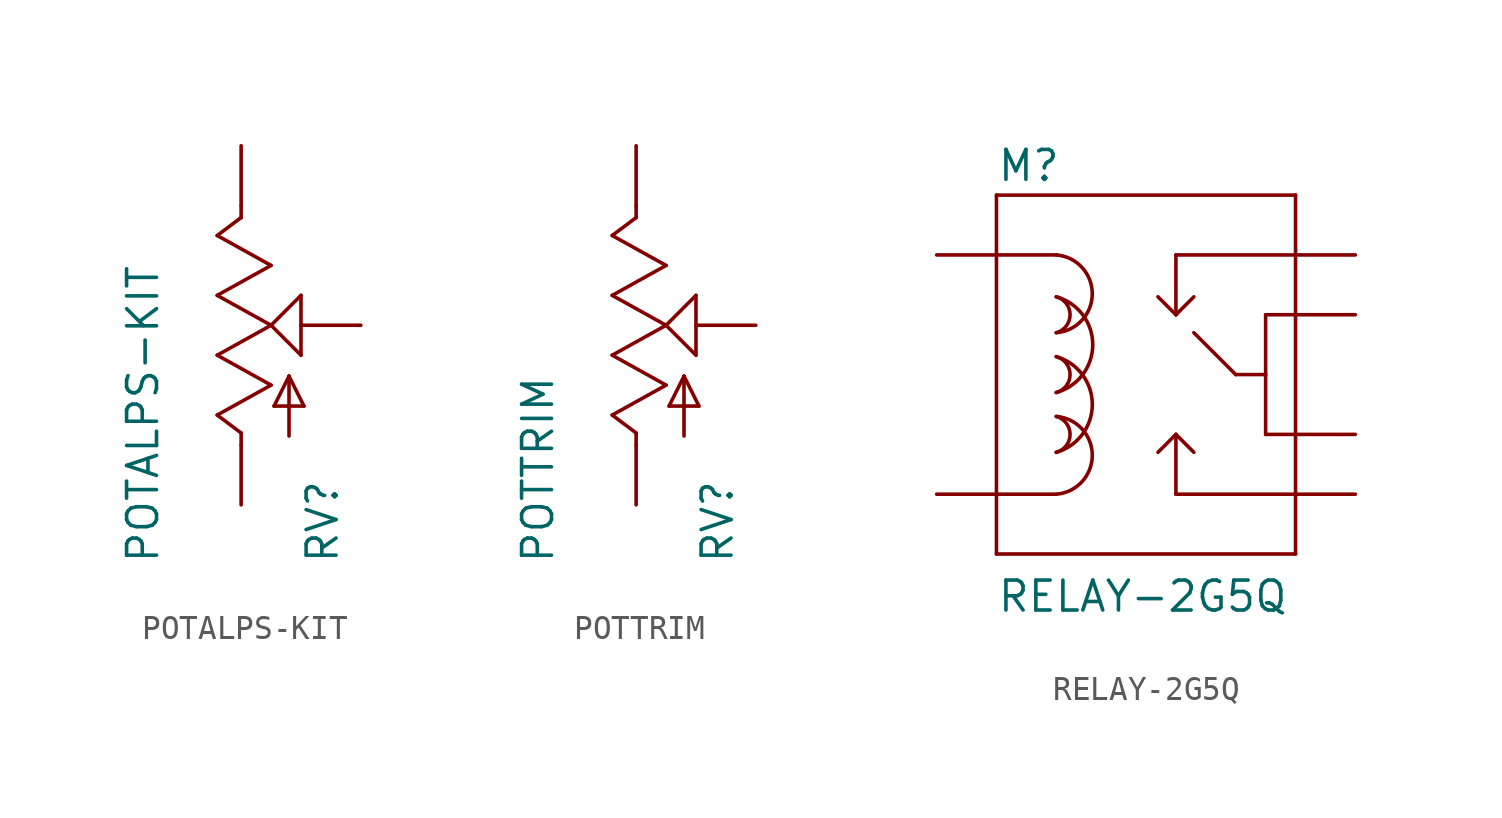
<source format=kicad_sym>
(kicad_symbol_lib
  (version 20211014)
  (generator kicad_symbol_editor)
  (symbol "POTALPS-KIT"
    (pin_numbers hide)
    (pin_names
      (offset 1.016) hide)
    (property "Reference" "RV"
      (at 4.191 -10.16 90)
      (effects (font (size 1.27 1.27)) (justify left bottom)))
    (property "Value" "POTALPS-KIT"
      (at -3.429 -10.16 90)
      (effects (font (size 1.27 1.27)) (justify left bottom)))
    (property "ki_locked" ""
      (at 0 0 0)
      (effects (font (size 1.27 1.27))))
    (symbol "POTALPS-KIT_1_0"
      (polyline (pts (xy -1.016 -3.81) (xy 1.27 -2.54)) (stroke (width 0) (type default) (color 0 0 0 0)) (fill (type none)))
      (polyline (pts (xy -1.016 -1.27) (xy 1.27 0)) (stroke (width 0) (type default) (color 0 0 0 0)) (fill (type none)))
      (polyline (pts (xy -1.016 1.27) (xy 1.27 2.54)) (stroke (width 0) (type default) (color 0 0 0 0)) (fill (type none)))
      (polyline (pts (xy -1.016 3.81) (xy 0 4.572)) (stroke (width 0) (type default) (color 0 0 0 0)) (fill (type none)))
      (polyline (pts (xy 0 -5.08) (xy 0 -4.572)) (stroke (width 0) (type default) (color 0 0 0 0)) (fill (type none)))
      (polyline (pts (xy 0 -4.572) (xy -1.016 -3.81)) (stroke (width 0) (type default) (color 0 0 0 0)) (fill (type none)))
      (polyline (pts (xy 0 4.572) (xy 0 5.08)) (stroke (width 0) (type default) (color 0 0 0 0)) (fill (type none)))
      (polyline (pts (xy 1.27 -2.54) (xy -1.016 -1.27)) (stroke (width 0) (type default) (color 0 0 0 0)) (fill (type none)))
      (polyline (pts (xy 1.27 0) (xy -1.016 1.27)) (stroke (width 0) (type default) (color 0 0 0 0)) (fill (type none)))
      (polyline (pts (xy 1.27 0) (xy 2.54 1.27)) (stroke (width 0) (type default) (color 0 0 0 0)) (fill (type none)))
      (polyline (pts (xy 1.27 2.54) (xy -1.016 3.81)) (stroke (width 0) (type default) (color 0 0 0 0)) (fill (type none)))
      (polyline (pts (xy 1.397 -3.429) (xy 2.032 -2.159)) (stroke (width 0) (type default) (color 0 0 0 0)) (fill (type none)))
      (polyline (pts (xy 2.032 -4.699) (xy 2.032 -2.159)) (stroke (width 0) (type default) (color 0 0 0 0)) (fill (type none)))
      (polyline (pts (xy 2.032 -2.159) (xy 2.667 -3.429)) (stroke (width 0) (type default) (color 0 0 0 0)) (fill (type none)))
      (polyline (pts (xy 2.54 -1.27) (xy 1.27 0)) (stroke (width 0) (type default) (color 0 0 0 0)) (fill (type none)))
      (polyline (pts (xy 2.54 1.27) (xy 2.54 -1.27)) (stroke (width 0) (type default) (color 0 0 0 0)) (fill (type none)))
      (polyline (pts (xy 2.667 -3.429) (xy 1.397 -3.429)) (stroke (width 0) (type default) (color 0 0 0 0)) (fill (type none))))
    (symbol "POTALPS-KIT_1_1"
      (pin passive line (at 0 7.62 270) (length 2.54) (name "E" (effects (font (size 1.016 1.016)))) (number "P$1" (effects (font (size 1.016 1.016)))))
      (pin passive line (at 5.08 0 180) (length 2.54) (name "S" (effects (font (size 1.016 1.016)))) (number "P$2" (effects (font (size 1.016 1.016)))))
      (pin passive line (at 0 -7.62 90) (length 2.54) (name "A" (effects (font (size 1.016 1.016)))) (number "P$3" (effects (font (size 1.016 1.016)))))))
  (symbol "POTTRIM"
    (pin_numbers hide)
    (pin_names
      (offset 1.016) hide)
    (property "Reference" "RV"
      (at 4.191 -10.16 90)
      (effects (font (size 1.27 1.27)) (justify left bottom)))
    (property "Value" "POTTRIM"
      (at -3.429 -10.16 90)
      (effects (font (size 1.27 1.27)) (justify left bottom)))
    (property "ki_locked" ""
      (at 0 0 0)
      (effects (font (size 1.27 1.27))))
    (symbol "POTTRIM_1_0"
      (polyline (pts (xy -1.016 -3.81) (xy 1.27 -2.54)) (stroke (width 0) (type default) (color 0 0 0 0)) (fill (type none)))
      (polyline (pts (xy -1.016 -1.27) (xy 1.27 0)) (stroke (width 0) (type default) (color 0 0 0 0)) (fill (type none)))
      (polyline (pts (xy -1.016 1.27) (xy 1.27 2.54)) (stroke (width 0) (type default) (color 0 0 0 0)) (fill (type none)))
      (polyline (pts (xy -1.016 3.81) (xy 0 4.572)) (stroke (width 0) (type default) (color 0 0 0 0)) (fill (type none)))
      (polyline (pts (xy 0 -5.08) (xy 0 -4.572)) (stroke (width 0) (type default) (color 0 0 0 0)) (fill (type none)))
      (polyline (pts (xy 0 -4.572) (xy -1.016 -3.81)) (stroke (width 0) (type default) (color 0 0 0 0)) (fill (type none)))
      (polyline (pts (xy 0 4.572) (xy 0 5.08)) (stroke (width 0) (type default) (color 0 0 0 0)) (fill (type none)))
      (polyline (pts (xy 1.27 -2.54) (xy -1.016 -1.27)) (stroke (width 0) (type default) (color 0 0 0 0)) (fill (type none)))
      (polyline (pts (xy 1.27 0) (xy -1.016 1.27)) (stroke (width 0) (type default) (color 0 0 0 0)) (fill (type none)))
      (polyline (pts (xy 1.27 0) (xy 2.54 1.27)) (stroke (width 0) (type default) (color 0 0 0 0)) (fill (type none)))
      (polyline (pts (xy 1.27 2.54) (xy -1.016 3.81)) (stroke (width 0) (type default) (color 0 0 0 0)) (fill (type none)))
      (polyline (pts (xy 1.397 -3.429) (xy 2.032 -2.159)) (stroke (width 0) (type default) (color 0 0 0 0)) (fill (type none)))
      (polyline (pts (xy 2.032 -4.699) (xy 2.032 -2.159)) (stroke (width 0) (type default) (color 0 0 0 0)) (fill (type none)))
      (polyline (pts (xy 2.032 -2.159) (xy 2.667 -3.429)) (stroke (width 0) (type default) (color 0 0 0 0)) (fill (type none)))
      (polyline (pts (xy 2.54 -1.27) (xy 1.27 0)) (stroke (width 0) (type default) (color 0 0 0 0)) (fill (type none)))
      (polyline (pts (xy 2.54 1.27) (xy 2.54 -1.27)) (stroke (width 0) (type default) (color 0 0 0 0)) (fill (type none)))
      (polyline (pts (xy 2.667 -3.429) (xy 1.397 -3.429)) (stroke (width 0) (type default) (color 0 0 0 0)) (fill (type none))))
    (symbol "POTTRIM_1_1"
      (pin passive line (at 5.08 0 180) (length 2.54) (name "S" (effects (font (size 1.016 1.016)))) (number "1" (effects (font (size 1.016 1.016)))))
      (pin passive line (at 0 7.62 270) (length 2.54) (name "E" (effects (font (size 1.016 1.016)))) (number "2" (effects (font (size 1.016 1.016)))))
      (pin passive line (at 0 -7.62 90) (length 2.54) (name "A" (effects (font (size 1.016 1.016)))) (number "3" (effects (font (size 1.016 1.016)))))))
  (symbol "RELAY-2G5Q"
    (pin_numbers hide)
    (pin_names
      (offset 1.016) hide)
    (property "Reference" "M"
      (at -7.62 8.128 0)
      (effects (font (size 1.27 1.27)) (justify left bottom)))
    (property "Value" "RELAY-2G5Q"
      (at -7.62 -10.16 0)
      (effects (font (size 1.27 1.27)) (justify left bottom)))
    (property "ki_locked" ""
      (at 0 0 0)
      (effects (font (size 1.27 1.27))))
    (symbol "RELAY-2G5Q_1_0"
      (polyline (pts (xy -7.62 -7.62) (xy -7.62 -5.08)) (stroke (width 0) (type default) (color 0 0 0 0)) (fill (type none)))
      (polyline (pts (xy -7.62 -5.08) (xy -7.62 5.08)) (stroke (width 0) (type default) (color 0 0 0 0)) (fill (type none)))
      (polyline (pts (xy -7.62 -5.08) (xy -5.08 -5.08)) (stroke (width 0) (type default) (color 0 0 0 0)) (fill (type none)))
      (polyline (pts (xy -7.62 5.08) (xy -7.62 7.62)) (stroke (width 0) (type default) (color 0 0 0 0)) (fill (type none)))
      (polyline (pts (xy -7.62 5.08) (xy -5.08 5.08)) (stroke (width 0) (type default) (color 0 0 0 0)) (fill (type none)))
      (polyline (pts (xy -7.62 7.62) (xy 5.08 7.62)) (stroke (width 0) (type default) (color 0 0 0 0)) (fill (type none)))
      (polyline (pts (xy 0 -5.08) (xy 0 -2.54)) (stroke (width 0) (type default) (color 0 0 0 0)) (fill (type none)))
      (polyline (pts (xy 0 -2.54) (xy -0.762 -3.302)) (stroke (width 0) (type default) (color 0 0 0 0)) (fill (type none)))
      (polyline (pts (xy 0 -2.54) (xy 0.762 -3.302)) (stroke (width 0) (type default) (color 0 0 0 0)) (fill (type none)))
      (polyline (pts (xy 0 2.54) (xy -0.762 3.302)) (stroke (width 0) (type default) (color 0 0 0 0)) (fill (type none)))
      (polyline (pts (xy 0 2.54) (xy 0.762 3.302)) (stroke (width 0) (type default) (color 0 0 0 0)) (fill (type none)))
      (polyline (pts (xy 0 5.08) (xy 0 2.54)) (stroke (width 0) (type default) (color 0 0 0 0)) (fill (type none)))
      (polyline (pts (xy 2.54 0) (xy 0.762 1.778)) (stroke (width 0) (type default) (color 0 0 0 0)) (fill (type none)))
      (polyline (pts (xy 2.54 0) (xy 3.81 0)) (stroke (width 0) (type default) (color 0 0 0 0)) (fill (type none)))
      (polyline (pts (xy 3.81 -2.54) (xy 3.81 0)) (stroke (width 0) (type default) (color 0 0 0 0)) (fill (type none)))
      (polyline (pts (xy 3.81 0) (xy 3.81 2.54)) (stroke (width 0) (type default) (color 0 0 0 0)) (fill (type none)))
      (polyline (pts (xy 3.81 2.54) (xy 5.08 2.54)) (stroke (width 0) (type default) (color 0 0 0 0)) (fill (type none)))
      (polyline (pts (xy 5.08 -7.62) (xy -7.62 -7.62)) (stroke (width 0) (type default) (color 0 0 0 0)) (fill (type none)))
      (polyline (pts (xy 5.08 -5.08) (xy 0 -5.08)) (stroke (width 0) (type default) (color 0 0 0 0)) (fill (type none)))
      (polyline (pts (xy 5.08 -5.08) (xy 5.08 -7.62)) (stroke (width 0) (type default) (color 0 0 0 0)) (fill (type none)))
      (polyline (pts (xy 5.08 -2.54) (xy 3.81 -2.54)) (stroke (width 0) (type default) (color 0 0 0 0)) (fill (type none)))
      (polyline (pts (xy 5.08 -2.54) (xy 5.08 -5.08)) (stroke (width 0) (type default) (color 0 0 0 0)) (fill (type none)))
      (polyline (pts (xy 5.08 2.54) (xy 5.08 -2.54)) (stroke (width 0) (type default) (color 0 0 0 0)) (fill (type none)))
      (polyline (pts (xy 5.08 5.08) (xy 0 5.08)) (stroke (width 0) (type default) (color 0 0 0 0)) (fill (type none)))
      (polyline (pts (xy 5.08 5.08) (xy 5.08 2.54)) (stroke (width 0) (type default) (color 0 0 0 0)) (fill (type none)))
      (polyline (pts (xy 5.08 7.62) (xy 5.08 5.08)) (stroke (width 0) (type default) (color 0 0 0 0)) (fill (type none))))
    (symbol "RELAY-2G5Q_1_1"
      (arc (start -5.08 -5.08) (mid -3.5511 -3.429) (end -5.08 -1.778) (stroke (width 0) (type default) (color 0 0 0 0)) (fill (type none)))
      (arc (start -5.08 -3.302) (mid -4.4946 -2.54) (end -5.08 -1.778) (stroke (width 0) (type default) (color 0 0 0 0)) (fill (type none)))
      (arc (start -5.08 -3.302) (mid -3.5499 -1.27) (end -5.08 0.762) (stroke (width 0) (type default) (color 0 0 0 0)) (fill (type none)))
      (arc (start -5.08 -0.762) (mid -4.4946 0) (end -5.08 0.762) (stroke (width 0) (type default) (color 0 0 0 0)) (fill (type none)))
      (arc (start -5.08 -0.762) (mid -3.5314 1.27) (end -5.08 3.302) (stroke (width 0) (type default) (color 0 0 0 0)) (fill (type none)))
      (arc (start -5.08 1.778) (mid -4.4946 2.54) (end -5.08 3.302) (stroke (width 0) (type default) (color 0 0 0 0)) (fill (type none)))
      (arc (start -5.08 1.778) (mid -3.5511 3.429) (end -5.08 5.08) (stroke (width 0) (type default) (color 0 0 0 0)) (fill (type none)))
      (pin bidirectional line (at 7.62 5.08 180) (length 2.54) (name "1" (effects (font (size 1.016 1.016)))) (number "1" (effects (font (size 1.016 1.016)))))
      (pin bidirectional line (at 7.62 -5.08 180) (length 2.54) (name "10" (effects (font (size 1.016 1.016)))) (number "10" (effects (font (size 1.016 1.016)))))
      (pin bidirectional line (at -10.16 5.08 0) (length 2.54) (name "2" (effects (font (size 1.016 1.016)))) (number "2" (effects (font (size 1.016 1.016)))))
      (pin bidirectional line (at 7.62 2.54 180) (length 2.54) (name "5" (effects (font (size 1.016 1.016)))) (number "5" (effects (font (size 1.016 1.016)))))
      (pin bidirectional line (at 7.62 -2.54 180) (length 2.54) (name "6" (effects (font (size 1.016 1.016)))) (number "6" (effects (font (size 1.016 1.016)))))
      (pin bidirectional line (at -10.16 -5.08 0) (length 2.54) (name "9" (effects (font (size 1.016 1.016)))) (number "9" (effects (font (size 1.016 1.016))))))))
</source>
